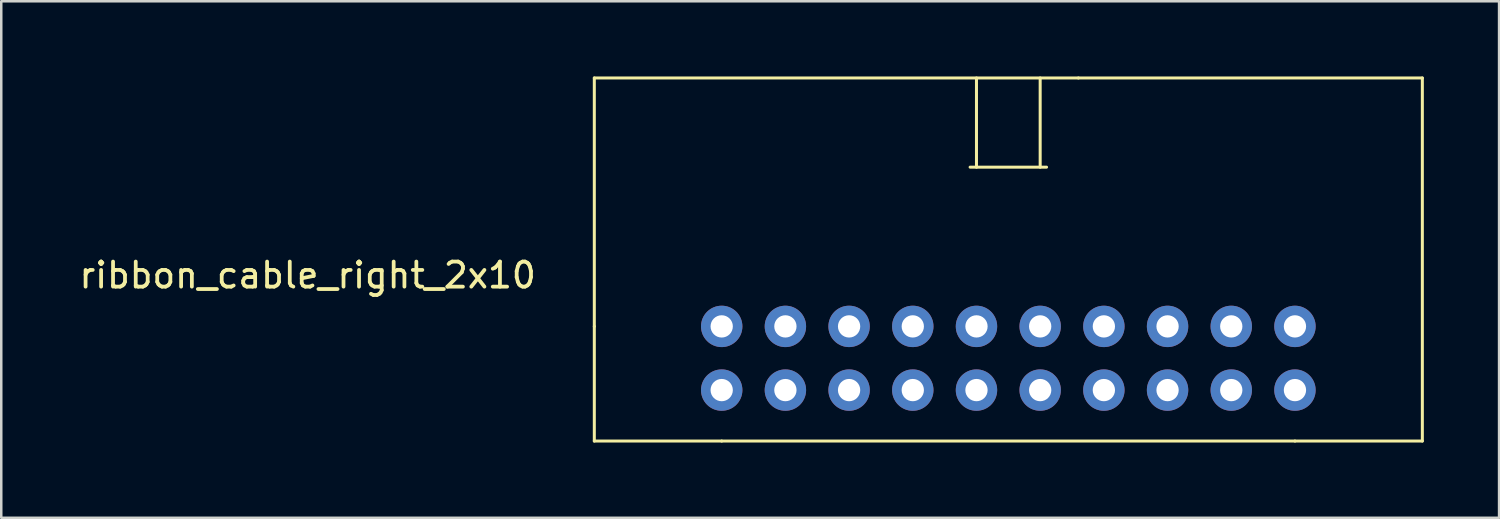
<source format=kicad_pcb>
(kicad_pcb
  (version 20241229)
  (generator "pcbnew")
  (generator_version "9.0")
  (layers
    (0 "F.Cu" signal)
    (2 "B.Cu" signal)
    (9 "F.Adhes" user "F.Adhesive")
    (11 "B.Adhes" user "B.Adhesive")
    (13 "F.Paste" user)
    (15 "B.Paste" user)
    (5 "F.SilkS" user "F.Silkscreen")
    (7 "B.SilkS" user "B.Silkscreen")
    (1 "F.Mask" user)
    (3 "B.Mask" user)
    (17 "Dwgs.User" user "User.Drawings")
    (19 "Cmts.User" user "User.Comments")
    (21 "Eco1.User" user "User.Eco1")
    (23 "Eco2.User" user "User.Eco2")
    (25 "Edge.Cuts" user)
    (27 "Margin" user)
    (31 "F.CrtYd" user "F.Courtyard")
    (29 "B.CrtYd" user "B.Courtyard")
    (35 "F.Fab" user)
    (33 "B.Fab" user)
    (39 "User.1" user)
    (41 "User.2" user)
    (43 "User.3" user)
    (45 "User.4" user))
  (footprint "ribbon_cable_right_2x10"
    (layer "F.Cu")
    (at 25.73 12.506)
    (property "Reference" "ribbon_cable_right_2x10" (at -16.51 -4.58 0) (layer "F.SilkS") (effects (font (size 1 1) (thickness 0.15))))
    (attr through_hole)
    (fp_line (start -5.08 -12.446) (end 14.224 -12.446) (stroke (width 0.12) (type solid)) (layer "F.SilkS"))
    (fp_line (start -5.08 -2.54) (end -5.08 -12.446) (stroke (width 0.12) (type solid)) (layer "F.SilkS"))
    (fp_line (start -5.08 2.032) (end -5.08 -2.54) (stroke (width 0.12) (type solid)) (layer "F.SilkS"))
    (fp_line (start 0 2.032) (end -5.08 2.032) (stroke (width 0.12) (type solid)) (layer "F.SilkS"))
    (fp_line (start 0 2.032) (end 22.86 2.032) (stroke (width 0.12) (type solid)) (layer "F.SilkS"))
    (fp_line (start 10.16 -12.446) (end 10.16 -8.89) (stroke (width 0.12) (type solid)) (layer "F.SilkS"))
    (fp_line (start 12.7 -12.446) (end 12.7 -8.89) (stroke (width 0.12) (type solid)) (layer "F.SilkS"))
    (fp_line (start 12.954 -8.89) (end 9.906 -8.89) (stroke (width 0.12) (type solid)) (layer "F.SilkS"))
    (fp_line (start 22.86 2.032) (end 27.94 2.032) (stroke (width 0.12) (type solid)) (layer "F.SilkS"))
    (fp_line (start 27.94 -12.446) (end 14.224 -12.446) (stroke (width 0.12) (type solid)) (layer "F.SilkS"))
    (fp_line (start 27.94 2.032) (end 27.94 -12.446) (stroke (width 0.12) (type solid)) (layer "F.SilkS"))
    (pad "1" thru_hole circle (at 0 0) (size 1.651 1.651) (drill 0.889) (layers "*.Cu" "*.Mask"))
    (pad "2" thru_hole circle (at 2.54 0) (size 1.651 1.651) (drill 0.889) (layers "*.Cu" "*.Mask"))
    (pad "3" thru_hole circle (at 5.08 0) (size 1.651 1.651) (drill 0.889) (layers "*.Cu" "*.Mask"))
    (pad "4" thru_hole circle (at 7.62 0) (size 1.651 1.651) (drill 0.889) (layers "*.Cu" "*.Mask"))
    (pad "5" thru_hole circle (at 10.16 0) (size 1.651 1.651) (drill 0.889) (layers "*.Cu" "*.Mask"))
    (pad "6" thru_hole circle (at 12.7 0) (size 1.651 1.651) (drill 0.889) (layers "*.Cu" "*.Mask"))
    (pad "7" thru_hole circle (at 15.24 0) (size 1.651 1.651) (drill 0.889) (layers "*.Cu" "*.Mask"))
    (pad "8" thru_hole circle (at 17.78 0) (size 1.651 1.651) (drill 0.889) (layers "*.Cu" "*.Mask"))
    (pad "9" thru_hole circle (at 20.32 0) (size 1.651 1.651) (drill 0.889) (layers "*.Cu" "*.Mask"))
    (pad "10" thru_hole circle (at 22.86 0) (size 1.651 1.651) (drill 0.889) (layers "*.Cu" "*.Mask"))
    (pad "11" thru_hole circle (at 22.86 -2.54) (size 1.651 1.651) (drill 0.889) (layers "*.Cu" "*.Mask"))
    (pad "12" thru_hole circle (at 20.32 -2.54) (size 1.651 1.651) (drill 0.889) (layers "*.Cu" "*.Mask"))
    (pad "13" thru_hole circle (at 17.78 -2.54) (size 1.651 1.651) (drill 0.889) (layers "*.Cu" "*.Mask"))
    (pad "14" thru_hole circle (at 15.24 -2.54) (size 1.651 1.651) (drill 0.889) (layers "*.Cu" "*.Mask"))
    (pad "15" thru_hole circle (at 12.7 -2.54) (size 1.651 1.651) (drill 0.889) (layers "*.Cu" "*.Mask"))
    (pad "16" thru_hole circle (at 10.16 -2.54) (size 1.651 1.651) (drill 0.889) (layers "*.Cu" "*.Mask"))
    (pad "17" thru_hole circle (at 7.62 -2.54) (size 1.651 1.651) (drill 0.889) (layers "*.Cu" "*.Mask"))
    (pad "18" thru_hole circle (at 5.08 -2.54) (size 1.651 1.651) (drill 0.889) (layers "*.Cu" "*.Mask"))
    (pad "19" thru_hole circle (at 2.54 -2.54) (size 1.651 1.651) (drill 0.889) (layers "*.Cu" "*.Mask"))
    (pad "20" thru_hole circle (at 0 -2.54) (size 1.651 1.651) (drill 0.889) (layers "*.Cu" "*.Mask")))
  (gr_rect
    (start -3 -3)
    (end 56.73 17.598)
    (stroke (width 0.1) (type default))
    (fill no)
    (layer "Edge.Cuts")))
</source>
